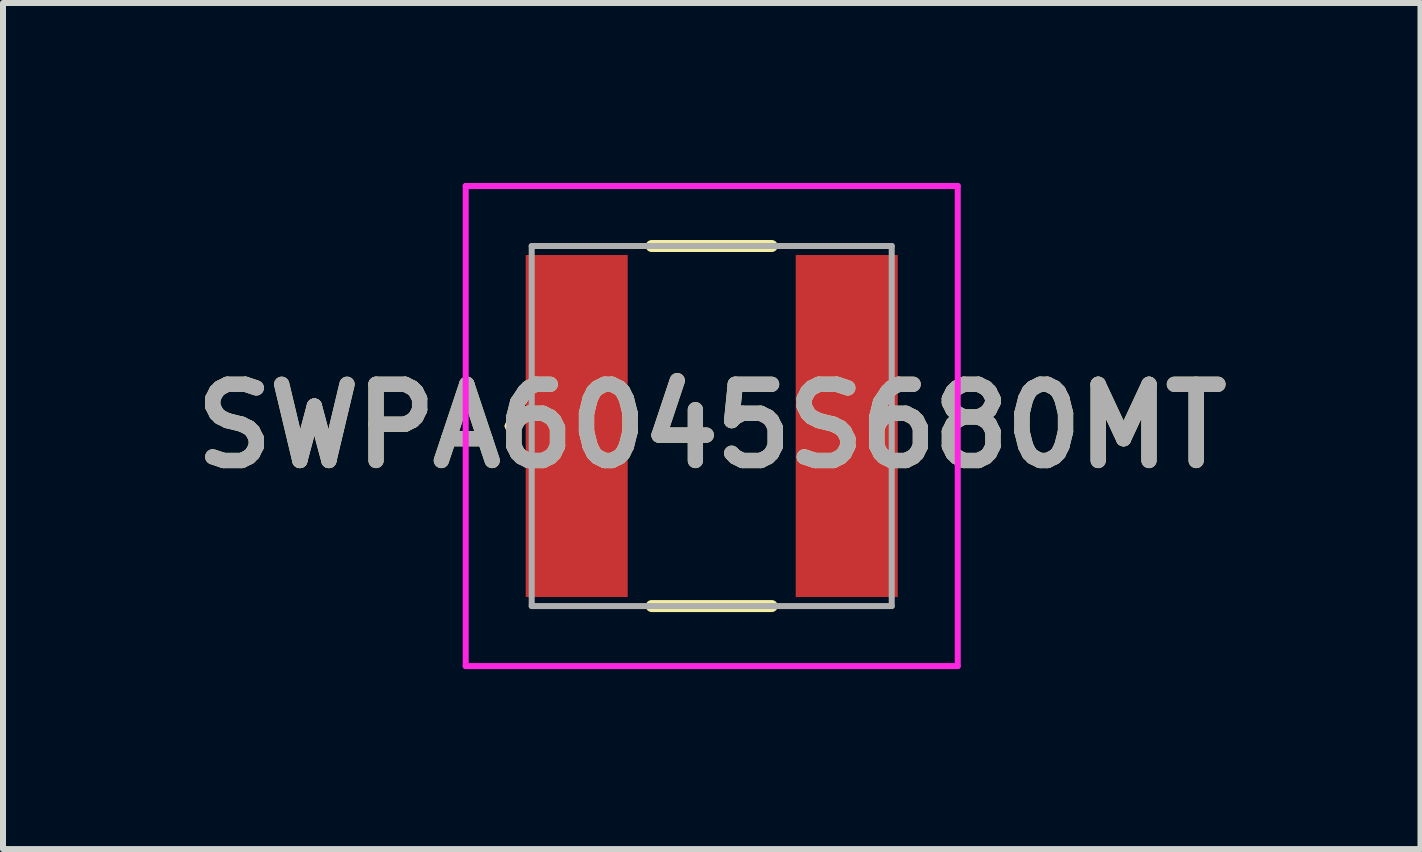
<source format=kicad_pcb>
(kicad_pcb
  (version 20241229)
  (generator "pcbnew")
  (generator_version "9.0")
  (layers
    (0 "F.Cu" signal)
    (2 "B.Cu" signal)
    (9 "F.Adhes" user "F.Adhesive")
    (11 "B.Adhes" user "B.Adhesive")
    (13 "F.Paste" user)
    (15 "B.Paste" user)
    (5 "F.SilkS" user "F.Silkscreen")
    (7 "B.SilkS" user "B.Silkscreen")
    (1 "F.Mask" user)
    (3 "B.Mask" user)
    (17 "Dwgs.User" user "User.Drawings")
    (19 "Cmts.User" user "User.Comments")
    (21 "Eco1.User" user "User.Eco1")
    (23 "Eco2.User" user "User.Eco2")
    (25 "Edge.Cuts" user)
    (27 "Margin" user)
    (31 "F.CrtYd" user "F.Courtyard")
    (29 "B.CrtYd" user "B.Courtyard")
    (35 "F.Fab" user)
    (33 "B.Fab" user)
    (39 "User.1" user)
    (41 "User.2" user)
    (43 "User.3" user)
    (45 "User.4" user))
  (footprint "SWPA6045S680MT"
    (layer "F.Cu")
    (at 8.811 4.05)
    (property "Reference" "SWPA6045S680MT" (at 0 0 0) (layer "F.SilkS") (effects (font (size 1.27 1.27) (thickness 0.254))))
    (attr smd)
    (fp_line (start -3.4 0) (end -3.4 0) (stroke (width 0.1) (type solid)) (layer "F.SilkS"))
    (fp_line (start -3.3 0) (end -3.3 0) (stroke (width 0.1) (type solid)) (layer "F.SilkS"))
    (fp_line (start -1 -3) (end 1 -3) (stroke (width 0.2) (type solid)) (layer "F.SilkS"))
    (fp_line (start -1 3) (end 1 3) (stroke (width 0.2) (type solid)) (layer "F.SilkS"))
    (fp_arc (start -3.4 0) (mid -3.35 -0.05) (end -3.3 0) (stroke (width 0.1) (type solid)) (layer "F.SilkS"))
    (fp_arc (start -3.3 0) (mid -3.35 0.05) (end -3.4 0) (stroke (width 0.1) (type solid)) (layer "F.SilkS"))
    (fp_line (start -4.1 -4) (end 4.1 -4) (stroke (width 0.1) (type solid)) (layer "F.CrtYd"))
    (fp_line (start -4.1 4) (end -4.1 -4) (stroke (width 0.1) (type solid)) (layer "F.CrtYd"))
    (fp_line (start 4.1 -4) (end 4.1 4) (stroke (width 0.1) (type solid)) (layer "F.CrtYd"))
    (fp_line (start 4.1 4) (end -4.1 4) (stroke (width 0.1) (type solid)) (layer "F.CrtYd"))
    (fp_line (start -3 -3) (end -3 3) (stroke (width 0.1) (type solid)) (layer "F.Fab"))
    (fp_line (start -3 3) (end 3 3) (stroke (width 0.1) (type solid)) (layer "F.Fab"))
    (fp_line (start 3 -3) (end -3 -3) (stroke (width 0.1) (type solid)) (layer "F.Fab"))
    (fp_line (start 3 3) (end 3 -3) (stroke (width 0.1) (type solid)) (layer "F.Fab"))
    (fp_text user "${REFERENCE}" (at 0 0 0) (layer "F.Fab") (effects (font (size 1.27 1.27) (thickness 0.254))))
    (pad "1" smd rect (at -2.25 0) (size 1.7 5.7) (layers "F.Cu" "F.Mask" "F.Paste"))
    (pad "2" smd rect (at 2.25 0) (size 1.7 5.7) (layers "F.Cu" "F.Mask" "F.Paste")))
  (gr_rect
    (start -3 -3)
    (end 20.623 11.1)
    (stroke (width 0.1) (type default))
    (fill no)
    (layer "Edge.Cuts")))
</source>
